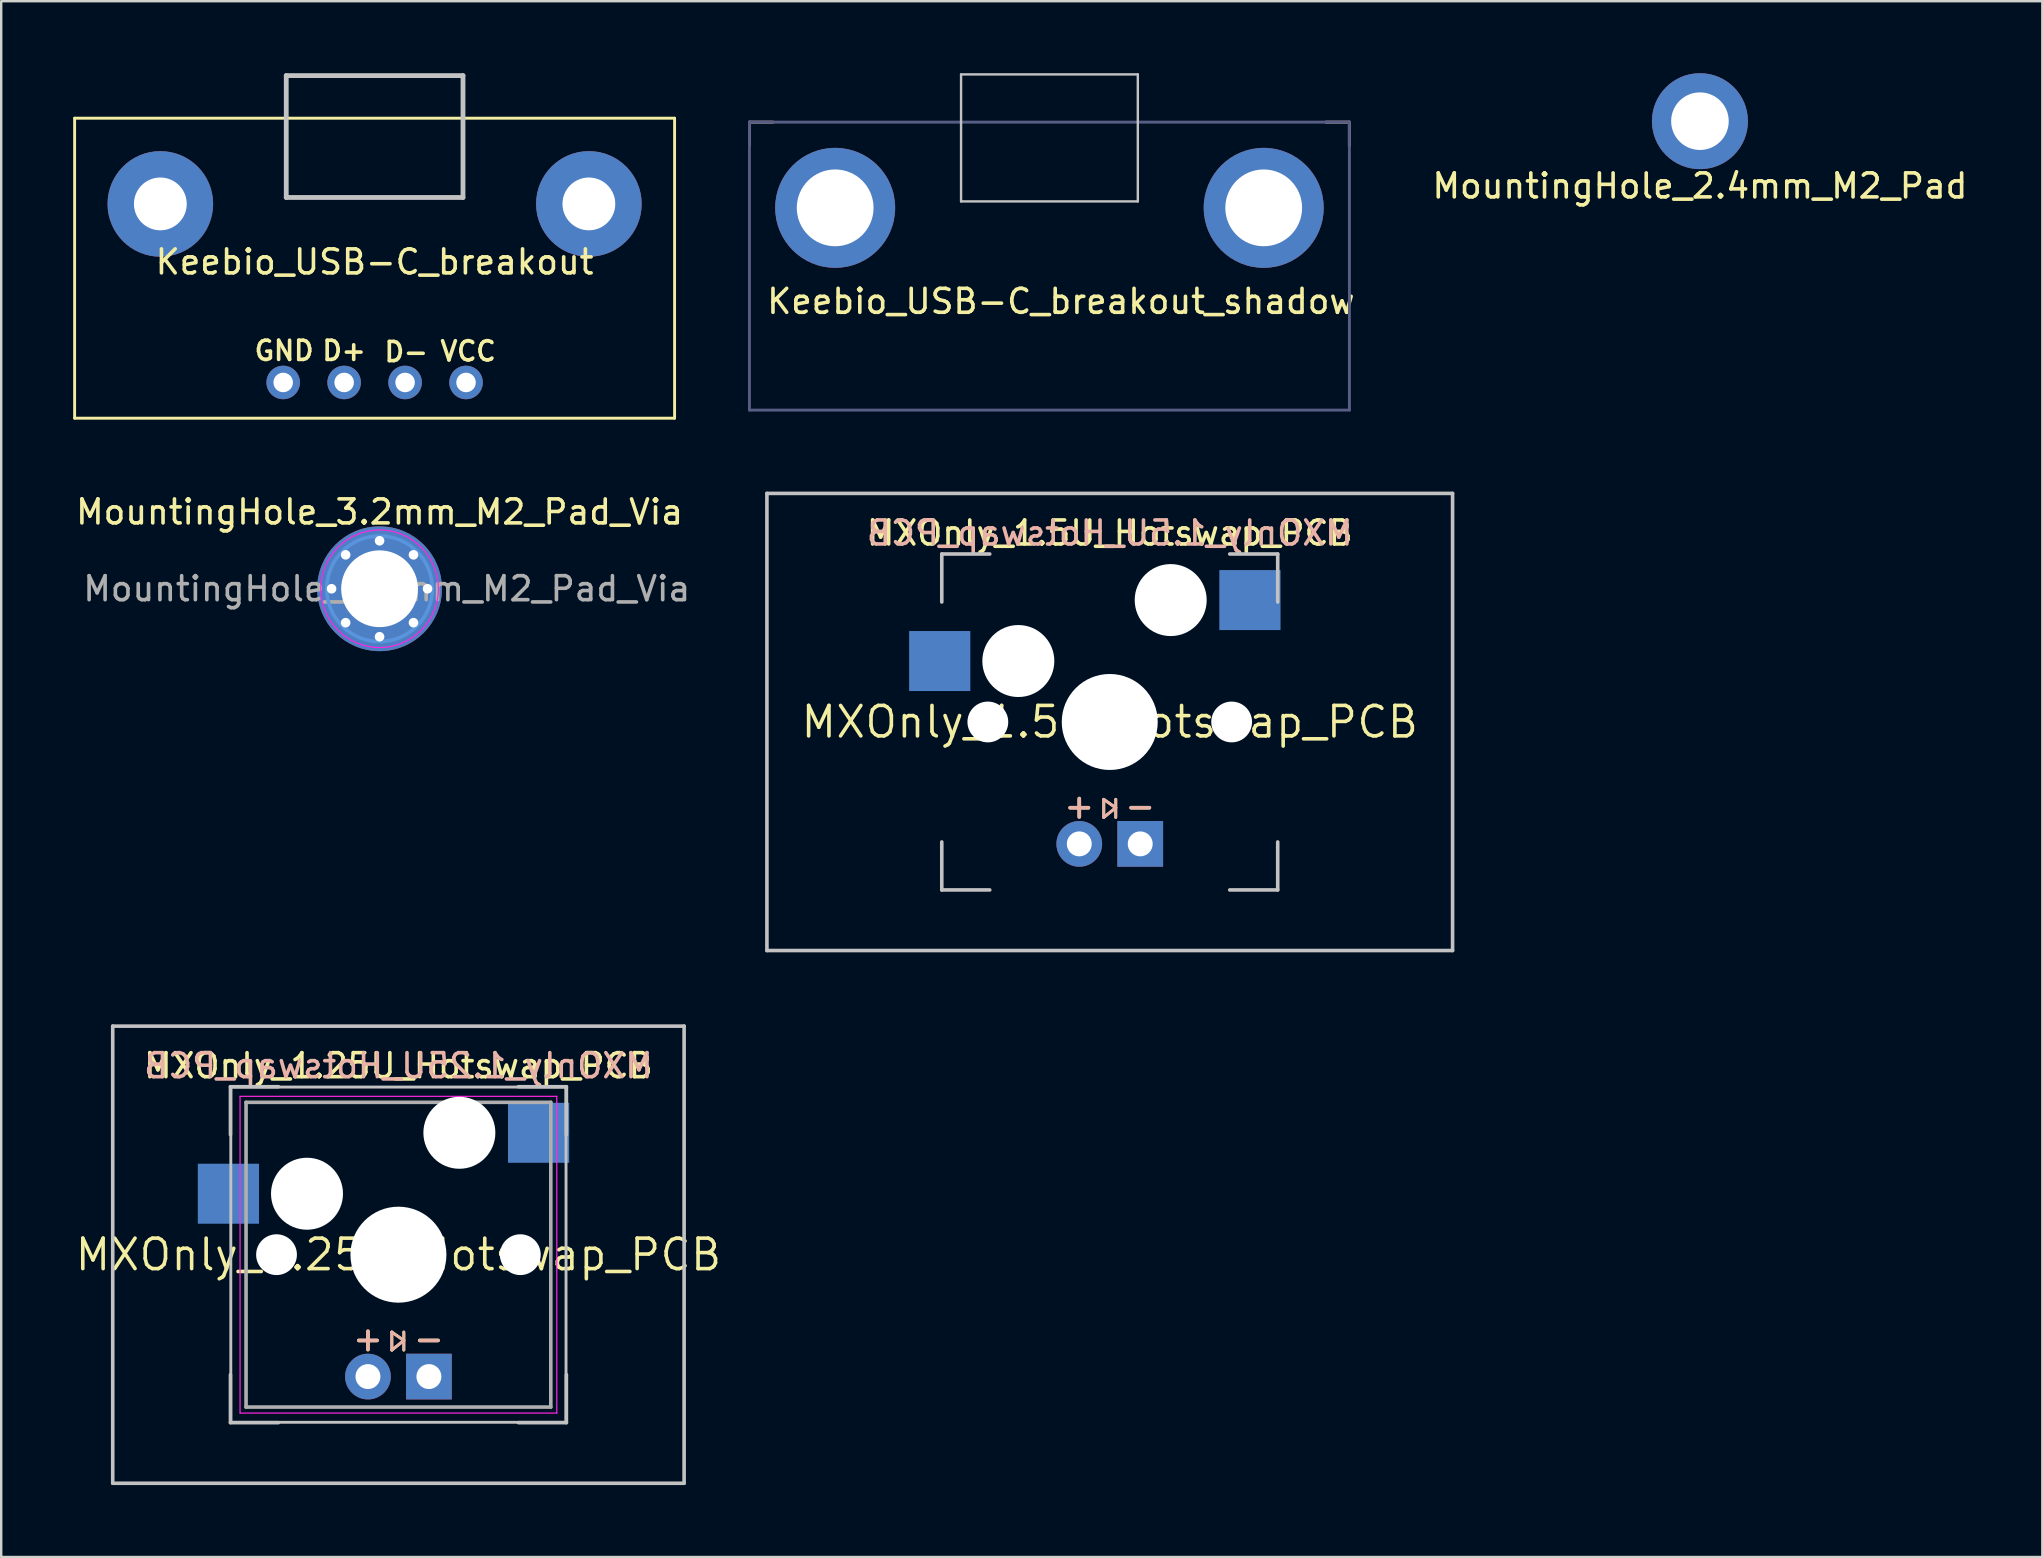
<source format=kicad_pcb>
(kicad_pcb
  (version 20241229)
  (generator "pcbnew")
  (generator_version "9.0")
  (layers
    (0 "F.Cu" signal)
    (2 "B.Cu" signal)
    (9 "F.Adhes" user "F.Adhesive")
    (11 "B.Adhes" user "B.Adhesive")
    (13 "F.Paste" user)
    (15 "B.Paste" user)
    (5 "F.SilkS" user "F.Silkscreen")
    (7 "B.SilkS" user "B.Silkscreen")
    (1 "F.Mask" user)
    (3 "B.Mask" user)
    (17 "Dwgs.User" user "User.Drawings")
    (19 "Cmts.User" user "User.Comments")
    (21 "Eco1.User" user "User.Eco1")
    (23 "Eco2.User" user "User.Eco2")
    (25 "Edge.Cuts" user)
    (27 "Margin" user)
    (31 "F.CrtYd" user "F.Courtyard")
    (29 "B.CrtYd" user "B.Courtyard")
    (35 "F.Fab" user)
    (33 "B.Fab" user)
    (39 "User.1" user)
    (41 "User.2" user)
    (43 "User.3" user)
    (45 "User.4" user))
  (footprint "MXOnly_1.5U_Hotswap_PCB"
    (layer "F.Cu")
    (at 43.198 27.038)
    (property "Reference" "MXOnly_1.5U_Hotswap_PCB" (at 0 0 0) (layer "F.SilkS") (effects (font (size 1.27 1.27) (thickness 0.15))))
    (attr through_hole)
    (fp_line (start -0.25 3.225) (end -0.25 3.975) (stroke (width 0.12) (type solid)) (layer "F.SilkS"))
    (fp_line (start -0.25 3.975) (end 0.25 3.575) (stroke (width 0.12) (type solid)) (layer "F.SilkS"))
    (fp_line (start 0.25 3.225) (end 0.25 3.975) (stroke (width 0.12) (type solid)) (layer "F.SilkS"))
    (fp_line (start 0.25 3.575) (end -0.25 3.225) (stroke (width 0.12) (type solid)) (layer "F.SilkS"))
    (fp_line (start -0.25 3.225) (end -0.25 3.975) (stroke (width 0.12) (type solid)) (layer "B.SilkS"))
    (fp_line (start -0.25 3.975) (end 0.25 3.575) (stroke (width 0.12) (type solid)) (layer "B.SilkS"))
    (fp_line (start 0.25 3.225) (end 0.25 3.975) (stroke (width 0.12) (type solid)) (layer "B.SilkS"))
    (fp_line (start 0.25 3.575) (end -0.25 3.225) (stroke (width 0.12) (type solid)) (layer "B.SilkS"))
    (fp_line (start -14.287 -9.525) (end 14.287 -9.525) (stroke (width 0.15) (type solid)) (layer "Dwgs.User"))
    (fp_line (start -14.287 9.525) (end -14.287 -9.525) (stroke (width 0.15) (type solid)) (layer "Dwgs.User"))
    (fp_line (start -7 -7) (end -7 -5) (stroke (width 0.15) (type solid)) (layer "Dwgs.User"))
    (fp_line (start -7 5) (end -7 7) (stroke (width 0.15) (type solid)) (layer "Dwgs.User"))
    (fp_line (start -7 7) (end -5 7) (stroke (width 0.15) (type solid)) (layer "Dwgs.User"))
    (fp_line (start -5 -7) (end -7 -7) (stroke (width 0.15) (type solid)) (layer "Dwgs.User"))
    (fp_line (start 5 -7) (end 7 -7) (stroke (width 0.15) (type solid)) (layer "Dwgs.User"))
    (fp_line (start 5 7) (end 7 7) (stroke (width 0.15) (type solid)) (layer "Dwgs.User"))
    (fp_line (start 7 -7) (end 7 -5) (stroke (width 0.15) (type solid)) (layer "Dwgs.User"))
    (fp_line (start 7 7) (end 7 5) (stroke (width 0.15) (type solid)) (layer "Dwgs.User"))
    (fp_line (start 14.287 -9.525) (end 14.287 9.525) (stroke (width 0.15) (type solid)) (layer "Dwgs.User"))
    (fp_line (start 14.287 9.525) (end -14.287 9.525) (stroke (width 0.15) (type solid)) (layer "Dwgs.User"))
    (fp_line (start -6.985 -6.985) (end 6.985 -6.985) (stroke (width 0.05) (type solid)) (layer "Eco1.User"))
    (fp_line (start -6.985 6.985) (end -6.985 -6.985) (stroke (width 0.05) (type solid)) (layer "Eco1.User"))
    (fp_line (start 6.985 -6.985) (end 6.985 6.985) (stroke (width 0.05) (type solid)) (layer "Eco1.User"))
    (fp_line (start 6.985 6.985) (end -6.985 6.985) (stroke (width 0.05) (type solid)) (layer "Eco1.User"))
    (fp_text user "-" (at 1.27 3.5 0) (layer "F.SilkS") (effects (font (size 1 1) (thickness 0.15))))
    (fp_text user "${REFERENCE}" (at 0 -7.874 0) (layer "F.SilkS") (effects (font (size 1 1) (thickness 0.15))))
    (fp_text user "+" (at -1.27 3.5 0) (layer "F.SilkS") (effects (font (size 1 1) (thickness 0.15))))
    (fp_text user "-" (at 1.27 3.5 0) (layer "B.SilkS") (effects (font (size 1 1) (thickness 0.15))))
    (fp_text user "${REFERENCE}" (at 0 -7.874 0) (layer "B.SilkS") (effects (font (size 1 1) (thickness 0.15)) (justify mirror)))
    (fp_text user "+" (at -1.27 3.5 0) (layer "B.SilkS") (effects (font (size 1 1) (thickness 0.15))))
    (pad "" np_thru_hole circle (at -5.08 0) (size 1.7 1.7) (drill 1.7) (layers "*.Cu" "*.Mask"))
    (pad "" np_thru_hole circle (at -3.81 -2.54) (size 3 3) (drill 3) (layers "*.Cu" "*.Mask"))
    (pad "" np_thru_hole circle (at 0 0) (size 4 4) (drill 4) (layers "*.Cu" "*.Mask"))
    (pad "" np_thru_hole circle (at 2.54 -5.08) (size 3 3) (drill 3) (layers "*.Cu" "*.Mask"))
    (pad "" np_thru_hole circle (at 5.08 0) (size 1.7 1.7) (drill 1.7) (layers "*.Cu" "*.Mask"))
    (pad "1" smd rect (at -7.085 -2.54) (size 2.55 2.5) (layers "B.Cu" "B.Mask" "B.Paste"))
    (pad "2" smd rect (at 5.842 -5.08) (size 2.55 2.5) (layers "B.Cu" "B.Mask" "B.Paste"))
    (pad "3" thru_hole circle (at -1.27 5.08) (size 1.905 1.905) (drill 1.04) (layers "*.Cu" "*.Mask"))
    (pad "4" thru_hole rect (at 1.27 5.08) (size 1.905 1.905) (drill 1.04) (layers "*.Cu" "*.Mask")))
  (footprint "MountingHole_3.2mm_M2_Pad_Via"
    (layer "F.Cu")
    (at 12.768 21.486)
    (property "Reference" "MountingHole_3.2mm_M2_Pad_Via" (at 0 -3.2 0) (layer "F.SilkS") (effects (font (size 1 1) (thickness 0.15))))
    (attr exclude_from_pos_files exclude_from_bom)
    (fp_circle (center 0 0) (end 2.2 0) (stroke (width 0.15) (type solid)) (fill no) (layer "Cmts.User"))
    (fp_circle (center 0 0) (end 1.1 0) (stroke (width 0.12) (type solid)) (fill no) (layer "Eco1.User"))
    (fp_circle (center 0 0) (end 2.45 0) (stroke (width 0.05) (type solid)) (fill no) (layer "F.CrtYd"))
    (fp_text user "${REFERENCE}" (at 0.3 0 0) (layer "F.Fab") (effects (font (size 1 1) (thickness 0.15))))
    (pad "1" thru_hole circle (at -2 0) (size 0.7 0.7) (drill 0.4) (layers "*.Cu" "*.Mask"))
    (pad "1" thru_hole circle (at -1.414 -1.414) (size 0.7 0.7) (drill 0.4) (layers "*.Cu" "*.Mask"))
    (pad "1" thru_hole circle (at -1.414 1.414) (size 0.7 0.7) (drill 0.4) (layers "*.Cu" "*.Mask"))
    (pad "1" thru_hole circle (at 0 -2) (size 0.7 0.7) (drill 0.4) (layers "*.Cu" "*.Mask"))
    (pad "1" thru_hole circle (at 0 0) (size 5.2 5.2) (drill 3.2) (layers "*.Cu" "*.Mask"))
    (pad "1" thru_hole circle (at 0 2) (size 0.7 0.7) (drill 0.4) (layers "*.Cu" "*.Mask"))
    (pad "1" thru_hole circle (at 1.414 -1.414) (size 0.7 0.7) (drill 0.4) (layers "*.Cu" "*.Mask"))
    (pad "1" thru_hole circle (at 1.414 1.414) (size 0.7 0.7) (drill 0.4) (layers "*.Cu" "*.Mask"))
    (pad "1" thru_hole circle (at 2 0) (size 0.7 0.7) (drill 0.4) (layers "*.Cu" "*.Mask")))
  (footprint "Keebio_USB-C_breakout"
    (layer "F.Cu")
    (at 12.54 7.846)
    (property "Reference" "Keebio_USB-C_breakout" (at 0.02 0.02 0) (layer "F.SilkS") (effects (font (size 1 1) (thickness 0.15))))
    (attr through_hole)
    (fp_line (start -12.48 -5.97) (end -12.48 6.532) (stroke (width 0.12) (type solid)) (layer "F.SilkS"))
    (fp_line (start -12.48 -5.97) (end 12.523 -5.97) (stroke (width 0.12) (type solid)) (layer "F.SilkS"))
    (fp_line (start -12.48 6.532) (end 12.523 6.532) (stroke (width 0.12) (type solid)) (layer "F.SilkS"))
    (fp_line (start 12.523 -5.97) (end 12.523 6.532) (stroke (width 0.12) (type solid)) (layer "F.SilkS"))
    (fp_line (start -3.661 -7.746) (end 3.705 -7.746) (stroke (width 0.2) (type solid)) (layer "Dwgs.User"))
    (fp_line (start -3.661 -2.666) (end -3.661 -7.746) (stroke (width 0.2) (type solid)) (layer "Dwgs.User"))
    (fp_line (start 3.705 -7.746) (end 3.705 -2.666) (stroke (width 0.2) (type solid)) (layer "Dwgs.User"))
    (fp_line (start 3.705 -2.666) (end -3.661 -2.666) (stroke (width 0.2) (type solid)) (layer "Dwgs.User"))
    (fp_text user "GND" (at -3.75 3.72 0) (layer "F.SilkS") (effects (font (size 0.8 0.8) (thickness 0.15))))
    (fp_text user "D+" (at -1.25 3.72 0) (layer "F.SilkS") (effects (font (size 0.8 0.8) (thickness 0.15))))
    (fp_text user "VCC" (at 3.92 3.74 0) (layer "F.SilkS") (effects (font (size 0.8 0.8) (thickness 0.15))))
    (fp_text user "D-" (at 1.34 3.77 0) (layer "F.SilkS") (effects (font (size 0.8 0.8) (thickness 0.15))))
    (pad "" thru_hole circle (at -8.908 -2.398) (size 4.4 4.4) (drill 2.2) (layers "*.Cu" "*.Mask"))
    (pad "" thru_hole circle (at 8.951 -2.398) (size 4.4 4.4) (drill 2.2) (layers "*.Cu" "*.Mask"))
    (pad "1" thru_hole circle (at -3.788 5.043) (size 1.397 1.397) (drill 0.813) (layers "*.Cu" "*.Mask"))
    (pad "2" thru_hole circle (at -1.248 5.043) (size 1.397 1.397) (drill 0.813) (layers "*.Cu" "*.Mask"))
    (pad "3" thru_hole circle (at 1.292 5.043) (size 1.397 1.397) (drill 0.813) (layers "*.Cu" "*.Mask"))
    (pad "4" thru_hole circle (at 3.832 5.043) (size 1.397 1.397) (drill 0.813) (layers "*.Cu" "*.Mask")))
  (footprint "MXOnly_1.25U_Hotswap_PCB"
    (layer "F.Cu")
    (at 13.554 49.238)
    (property "Reference" "MXOnly_1.25U_Hotswap_PCB" (at 0 0 0) (layer "F.SilkS") (effects (font (size 1.27 1.27) (thickness 0.15))))
    (attr through_hole)
    (fp_line (start -0.275 3.225) (end -0.275 3.975) (stroke (width 0.12) (type solid)) (layer "F.SilkS"))
    (fp_line (start -0.275 3.975) (end 0.225 3.575) (stroke (width 0.12) (type solid)) (layer "F.SilkS"))
    (fp_line (start 0.225 3.225) (end 0.225 3.975) (stroke (width 0.12) (type solid)) (layer "F.SilkS"))
    (fp_line (start 0.225 3.575) (end -0.275 3.225) (stroke (width 0.12) (type solid)) (layer "F.SilkS"))
    (fp_line (start -0.275 3.225) (end -0.275 3.975) (stroke (width 0.12) (type solid)) (layer "B.SilkS"))
    (fp_line (start -0.275 3.975) (end 0.225 3.575) (stroke (width 0.12) (type solid)) (layer "B.SilkS"))
    (fp_line (start 0.225 3.225) (end 0.225 3.975) (stroke (width 0.12) (type solid)) (layer "B.SilkS"))
    (fp_line (start 0.225 3.575) (end -0.275 3.225) (stroke (width 0.12) (type solid)) (layer "B.SilkS"))
    (fp_line (start -11.906 -9.525) (end 11.906 -9.525) (stroke (width 0.15) (type solid)) (layer "Dwgs.User"))
    (fp_line (start -11.906 9.525) (end -11.906 -9.525) (stroke (width 0.15) (type solid)) (layer "Dwgs.User"))
    (fp_line (start -11.906 9.525) (end 11.906 9.525) (stroke (width 0.15) (type solid)) (layer "Dwgs.User"))
    (fp_line (start -7 -7) (end -7 -5) (stroke (width 0.15) (type solid)) (layer "Dwgs.User"))
    (fp_line (start -7 5) (end -7 7) (stroke (width 0.15) (type solid)) (layer "Dwgs.User"))
    (fp_line (start -7 7) (end -5 7) (stroke (width 0.15) (type solid)) (layer "Dwgs.User"))
    (fp_line (start -6.985 -6.985) (end 6.985 -6.985) (stroke (width 0.12) (type solid)) (layer "Dwgs.User"))
    (fp_line (start -6.985 6.985) (end -6.985 -6.985) (stroke (width 0.12) (type solid)) (layer "Dwgs.User"))
    (fp_line (start -5 -7) (end -7 -7) (stroke (width 0.15) (type solid)) (layer "Dwgs.User"))
    (fp_line (start 5 -7) (end 7 -7) (stroke (width 0.15) (type solid)) (layer "Dwgs.User"))
    (fp_line (start 5 7) (end 7 7) (stroke (width 0.15) (type solid)) (layer "Dwgs.User"))
    (fp_line (start 6.985 -6.985) (end 6.985 6.985) (stroke (width 0.12) (type solid)) (layer "Dwgs.User"))
    (fp_line (start 6.985 6.985) (end -6.985 6.985) (stroke (width 0.12) (type solid)) (layer "Dwgs.User"))
    (fp_line (start 7 -7) (end 7 -5) (stroke (width 0.15) (type solid)) (layer "Dwgs.User"))
    (fp_line (start 7 7) (end 7 5) (stroke (width 0.15) (type solid)) (layer "Dwgs.User"))
    (fp_line (start 11.906 -9.525) (end 11.906 9.525) (stroke (width 0.15) (type solid)) (layer "Dwgs.User"))
    (fp_line (start -6.985 -6.985) (end 6.985 -6.985) (stroke (width 0.05) (type solid)) (layer "Eco1.User"))
    (fp_line (start -6.985 6.985) (end -6.985 -6.985) (stroke (width 0.05) (type solid)) (layer "Eco1.User"))
    (fp_line (start 6.985 -6.985) (end 6.985 6.985) (stroke (width 0.05) (type solid)) (layer "Eco1.User"))
    (fp_line (start 6.985 6.985) (end -6.985 6.985) (stroke (width 0.05) (type solid)) (layer "Eco1.User"))
    (fp_line (start -6.6 -6.6) (end 6.6 -6.6) (stroke (width 0.05) (type solid)) (layer "F.CrtYd"))
    (fp_line (start -6.6 6.6) (end -6.6 -6.6) (stroke (width 0.05) (type solid)) (layer "F.CrtYd"))
    (fp_line (start 6.6 -6.6) (end 6.6 6.6) (stroke (width 0.05) (type solid)) (layer "F.CrtYd"))
    (fp_line (start 6.6 6.6) (end -6.6 6.6) (stroke (width 0.05) (type solid)) (layer "F.CrtYd"))
    (fp_line (start -6.35 -6.35) (end 6.35 -6.35) (stroke (width 0.15) (type solid)) (layer "F.Fab"))
    (fp_line (start -6.35 6.35) (end -6.35 -6.35) (stroke (width 0.15) (type solid)) (layer "F.Fab"))
    (fp_line (start 6.35 -6.35) (end 6.35 6.35) (stroke (width 0.15) (type solid)) (layer "F.Fab"))
    (fp_line (start 6.35 6.35) (end -6.35 6.35) (stroke (width 0.15) (type solid)) (layer "F.Fab"))
    (fp_text user "${REFERENCE}" (at 0 -7.874 0) (layer "F.SilkS") (effects (font (size 1 1) (thickness 0.15))))
    (fp_text user "+" (at -1.27 3.5 0) (layer "F.SilkS") (effects (font (size 1 1) (thickness 0.15))))
    (fp_text user "-" (at 1.27 3.5 0) (layer "F.SilkS") (effects (font (size 1 1) (thickness 0.15))))
    (fp_text user "${REFERENCE}" (at 0 -7.874 0) (layer "B.SilkS") (effects (font (size 1 1) (thickness 0.15)) (justify mirror)))
    (fp_text user "+" (at -1.27 3.5 0) (layer "B.SilkS") (effects (font (size 1 1) (thickness 0.15))))
    (fp_text user "-" (at 1.27 3.5 0) (layer "B.SilkS") (effects (font (size 1 1) (thickness 0.15))))
    (pad "" np_thru_hole circle (at -5.08 0) (size 1.7 1.7) (drill 1.7) (layers "*.Cu" "*.Mask"))
    (pad "" np_thru_hole circle (at -3.81 -2.54) (size 3 3) (drill 3) (layers "*.Cu" "*.Mask"))
    (pad "" np_thru_hole circle (at 0 0) (size 4 4) (drill 4) (layers "*.Cu" "*.Mask"))
    (pad "" np_thru_hole circle (at 2.54 -5.08) (size 3 3) (drill 3) (layers "*.Cu" "*.Mask"))
    (pad "" np_thru_hole circle (at 5.08 0) (size 1.7 1.7) (drill 1.7) (layers "*.Cu" "*.Mask"))
    (pad "1" smd rect (at -7.085 -2.54) (size 2.55 2.5) (layers "B.Cu" "B.Mask" "B.Paste"))
    (pad "1" thru_hole circle (at 2.54 -5.08) (size 2.2 2.2) (drill 1.5) (layers "*.Cu" "*.Mask"))
    (pad "2" thru_hole circle (at -3.81 -2.54) (size 2.2 2.2) (drill 1.5) (layers "*.Cu" "*.Mask"))
    (pad "2" smd rect (at 5.842 -5.08) (size 2.55 2.5) (layers "B.Cu" "B.Mask" "B.Paste"))
    (pad "3" thru_hole circle (at -1.27 5.08) (size 1.905 1.905) (drill 1.04) (layers "*.Cu" "*.Mask"))
    (pad "4" thru_hole rect (at 1.27 5.08) (size 1.905 1.905) (drill 1.04) (layers "*.Cu" "*.Mask")))
  (footprint "Keebio_USB-C_breakout_shadow"
    (layer "F.Cu")
    (at 40.663 8.01)
    (property "Reference" "Keebio_USB-C_breakout_shadow" (at 0.5 1.5 0) (layer "F.SilkS") (effects (font (size 1 1) (thickness 0.15))))
    (attr through_hole)
    (fp_line (start -12.48 -5.97) (end -12.48 -4.99) (stroke (width 0.12) (type solid)) (layer "B.SilkS"))
    (fp_line (start -12.48 -5.97) (end -11.5 -5.97) (stroke (width 0.12) (type solid)) (layer "B.SilkS"))
    (fp_line (start 12.52 -5.97) (end 11.54 -5.97) (stroke (width 0.12) (type solid)) (layer "B.SilkS"))
    (fp_line (start 12.52 -5.97) (end 12.52 -4.99) (stroke (width 0.12) (type solid)) (layer "B.SilkS"))
    (fp_line (start -3.661 -7.96) (end 3.705 -7.96) (stroke (width 0.1) (type solid)) (layer "Dwgs.User"))
    (fp_line (start -3.661 -2.666) (end -3.661 -7.96) (stroke (width 0.1) (type solid)) (layer "Dwgs.User"))
    (fp_line (start 3.705 -7.96) (end 3.705 -2.666) (stroke (width 0.1) (type solid)) (layer "Dwgs.User"))
    (fp_line (start 3.705 -2.666) (end -3.661 -2.666) (stroke (width 0.1) (type solid)) (layer "Dwgs.User"))
    (fp_line (start -3.66 -7.96) (end 3.706 -7.96) (stroke (width 0.1) (type solid)) (layer "Eco1.User"))
    (fp_circle (center -8.908 -2.398) (end -7.308 -2.398) (stroke (width 0.12) (type solid)) (fill no) (layer "Eco1.User"))
    (fp_circle (center 8.951 -2.398) (end 10.551 -2.398) (stroke (width 0.12) (type solid)) (fill no) (layer "Eco1.User"))
    (fp_line (start -12.48 -5.97) (end -12.48 6.03) (stroke (width 0.12) (type solid)) (layer "B.Fab"))
    (fp_line (start -12.48 -5.97) (end 12.523 -5.97) (stroke (width 0.12) (type solid)) (layer "B.Fab"))
    (fp_line (start -12.48 6.03) (end 12.523 6.03) (stroke (width 0.12) (type solid)) (layer "B.Fab"))
    (fp_line (start 12.523 -5.97) (end 12.523 6.03) (stroke (width 0.12) (type solid)) (layer "B.Fab"))
    (pad "" thru_hole circle (at -8.908 -2.398) (size 5 5) (drill 3.2) (layers "*.Cu" "*.Mask"))
    (pad "" thru_hole circle (at 8.951 -2.398) (size 5 5) (drill 3.2) (layers "*.Cu" "*.Mask")))
  (footprint "MountingHole_2.4mm_M2_Pad"
    (layer "F.Cu")
    (at 67.794 2)
    (property "Reference" "MountingHole_2.4mm_M2_Pad" (at 0 2.7 0) (layer "F.SilkS") (effects (font (size 1 1) (thickness 0.15))))
    (attr through_hole)
    (pad "" thru_hole circle (at 0 0) (size 4 4) (drill 2.4) (layers "*.Cu" "*.Mask")))
  (gr_rect
    (start -3 -3)
    (end 82.062 61.838)
    (stroke (width 0.1) (type default))
    (fill no)
    (layer "Edge.Cuts")))
</source>
